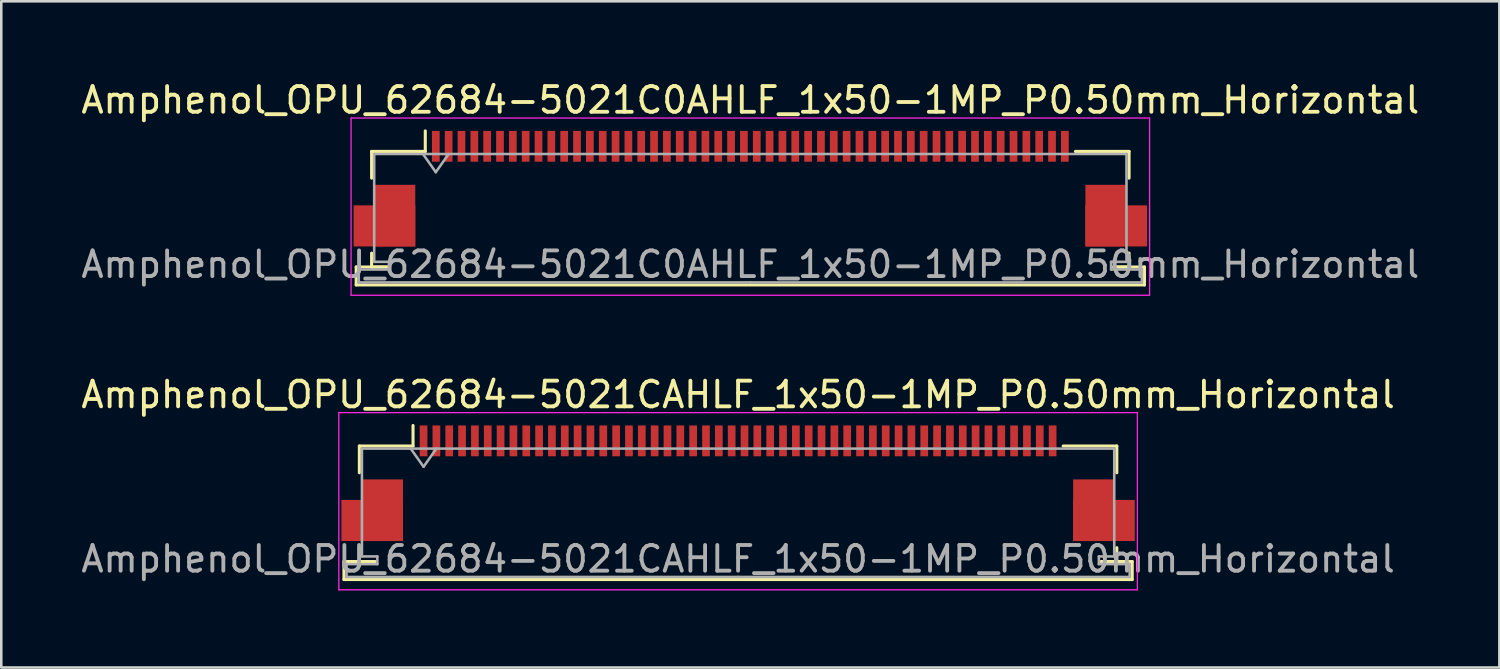
<source format=kicad_pcb>
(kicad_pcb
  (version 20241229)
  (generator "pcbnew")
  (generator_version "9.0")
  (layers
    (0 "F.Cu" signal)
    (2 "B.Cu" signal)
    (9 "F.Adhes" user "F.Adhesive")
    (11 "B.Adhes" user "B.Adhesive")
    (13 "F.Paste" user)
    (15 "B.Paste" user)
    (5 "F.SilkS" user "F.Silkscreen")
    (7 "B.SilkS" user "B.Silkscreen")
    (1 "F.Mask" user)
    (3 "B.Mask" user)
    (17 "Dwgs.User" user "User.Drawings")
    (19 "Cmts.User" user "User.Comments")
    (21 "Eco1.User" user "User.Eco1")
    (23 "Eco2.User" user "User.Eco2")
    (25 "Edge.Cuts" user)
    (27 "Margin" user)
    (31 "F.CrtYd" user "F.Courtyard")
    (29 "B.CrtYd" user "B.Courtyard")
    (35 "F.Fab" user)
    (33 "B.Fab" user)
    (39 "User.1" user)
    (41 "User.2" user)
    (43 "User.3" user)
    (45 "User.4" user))
  (footprint "Amphenol_OPU_62684-5021C0AHLF_1x50-1MP_P0.50mm_Horizontal"
    (layer "F.Cu")
    (at 26.173 4.298)
    (property "Reference" "Amphenol_OPU_62684-5021C0AHLF_1x50-1MP_P0.50mm_Horizontal" (at 0 -3.45 0) (layer "F.SilkS") (effects (font (size 1 1) (thickness 0.15))))
    (attr smd)
    (fp_line (start -15.35 3.05) (end -15.35 3.75) (stroke (width 0.12) (type solid)) (layer "F.SilkS"))
    (fp_line (start -15.35 3.75) (end 15.35 3.75) (stroke (width 0.12) (type solid)) (layer "F.SilkS"))
    (fp_line (start -14.75 -1.45) (end -14.75 -0.41) (stroke (width 0.12) (type solid)) (layer "F.SilkS"))
    (fp_line (start -14.75 2.51) (end -14.75 3.05) (stroke (width 0.12) (type solid)) (layer "F.SilkS"))
    (fp_line (start -14.75 3.05) (end -14.15 3.05) (stroke (width 0.12) (type solid)) (layer "F.SilkS"))
    (fp_line (start -14.15 3.05) (end -15.35 3.05) (stroke (width 0.12) (type solid)) (layer "F.SilkS"))
    (fp_line (start -12.66 -1.45) (end -14.75 -1.45) (stroke (width 0.12) (type solid)) (layer "F.SilkS"))
    (fp_line (start -12.66 -1.45) (end -12.66 -2.25) (stroke (width 0.12) (type solid)) (layer "F.SilkS"))
    (fp_line (start 12.66 -1.45) (end 14.75 -1.45) (stroke (width 0.12) (type solid)) (layer "F.SilkS"))
    (fp_line (start 14.15 3.05) (end 14.75 3.05) (stroke (width 0.12) (type solid)) (layer "F.SilkS"))
    (fp_line (start 14.75 -1.45) (end 14.75 -0.41) (stroke (width 0.12) (type solid)) (layer "F.SilkS"))
    (fp_line (start 14.75 3.05) (end 14.75 2.51) (stroke (width 0.12) (type solid)) (layer "F.SilkS"))
    (fp_line (start 15.35 3.05) (end 14.15 3.05) (stroke (width 0.12) (type solid)) (layer "F.SilkS"))
    (fp_line (start 15.35 3.75) (end 15.35 3.05) (stroke (width 0.12) (type solid)) (layer "F.SilkS"))
    (fp_line (start -15.55 -2.75) (end -15.55 4.15) (stroke (width 0.05) (type solid)) (layer "F.CrtYd"))
    (fp_line (start -15.55 4.15) (end 15.55 4.15) (stroke (width 0.05) (type solid)) (layer "F.CrtYd"))
    (fp_line (start 15.55 -2.75) (end -15.55 -2.75) (stroke (width 0.05) (type solid)) (layer "F.CrtYd"))
    (fp_line (start 15.55 4.15) (end 15.55 -2.75) (stroke (width 0.05) (type solid)) (layer "F.CrtYd"))
    (fp_line (start -15.25 3.15) (end -15.25 3.65) (stroke (width 0.1) (type solid)) (layer "F.Fab"))
    (fp_line (start -15.25 3.65) (end 0 3.65) (stroke (width 0.1) (type solid)) (layer "F.Fab"))
    (fp_line (start -14.65 -1.35) (end -14.65 2.85) (stroke (width 0.1) (type solid)) (layer "F.Fab"))
    (fp_line (start -14.65 2.85) (end -14.05 2.85) (stroke (width 0.1) (type solid)) (layer "F.Fab"))
    (fp_line (start -14.05 2.85) (end -14.05 3.15) (stroke (width 0.1) (type solid)) (layer "F.Fab"))
    (fp_line (start -14.05 3.15) (end -15.25 3.15) (stroke (width 0.1) (type solid)) (layer "F.Fab"))
    (fp_line (start -12.75 -1.35) (end -12.25 -0.643) (stroke (width 0.1) (type solid)) (layer "F.Fab"))
    (fp_line (start -12.25 -0.643) (end -11.75 -1.35) (stroke (width 0.1) (type solid)) (layer "F.Fab"))
    (fp_line (start 0 -1.35) (end -14.65 -1.35) (stroke (width 0.1) (type solid)) (layer "F.Fab"))
    (fp_line (start 0 -1.35) (end 14.65 -1.35) (stroke (width 0.1) (type solid)) (layer "F.Fab"))
    (fp_line (start 14.05 2.85) (end 14.05 3.15) (stroke (width 0.1) (type solid)) (layer "F.Fab"))
    (fp_line (start 14.05 3.15) (end 15.25 3.15) (stroke (width 0.1) (type solid)) (layer "F.Fab"))
    (fp_line (start 14.65 -1.35) (end 14.65 2.85) (stroke (width 0.1) (type solid)) (layer "F.Fab"))
    (fp_line (start 14.65 2.85) (end 14.05 2.85) (stroke (width 0.1) (type solid)) (layer "F.Fab"))
    (fp_line (start 15.25 3.15) (end 15.25 3.65) (stroke (width 0.1) (type solid)) (layer "F.Fab"))
    (fp_line (start 15.25 3.65) (end 0 3.65) (stroke (width 0.1) (type solid)) (layer "F.Fab"))
    (fp_text user "${REFERENCE}" (at 0 2.95 0) (layer "F.Fab") (effects (font (size 1 1) (thickness 0.15))))
    (pad "1" smd rect (at -12.25 -1.65) (size 0.3 1.2) (layers "F.Cu" "F.Mask" "F.Paste"))
    (pad "2" smd rect (at -11.75 -1.65) (size 0.3 1.2) (layers "F.Cu" "F.Mask" "F.Paste"))
    (pad "3" smd rect (at -11.25 -1.65) (size 0.3 1.2) (layers "F.Cu" "F.Mask" "F.Paste"))
    (pad "4" smd rect (at -10.75 -1.65) (size 0.3 1.2) (layers "F.Cu" "F.Mask" "F.Paste"))
    (pad "5" smd rect (at -10.25 -1.65) (size 0.3 1.2) (layers "F.Cu" "F.Mask" "F.Paste"))
    (pad "6" smd rect (at -9.75 -1.65) (size 0.3 1.2) (layers "F.Cu" "F.Mask" "F.Paste"))
    (pad "7" smd rect (at -9.25 -1.65) (size 0.3 1.2) (layers "F.Cu" "F.Mask" "F.Paste"))
    (pad "8" smd rect (at -8.75 -1.65) (size 0.3 1.2) (layers "F.Cu" "F.Mask" "F.Paste"))
    (pad "9" smd rect (at -8.25 -1.65) (size 0.3 1.2) (layers "F.Cu" "F.Mask" "F.Paste"))
    (pad "10" smd rect (at -7.75 -1.65) (size 0.3 1.2) (layers "F.Cu" "F.Mask" "F.Paste"))
    (pad "11" smd rect (at -7.25 -1.65) (size 0.3 1.2) (layers "F.Cu" "F.Mask" "F.Paste"))
    (pad "12" smd rect (at -6.75 -1.65) (size 0.3 1.2) (layers "F.Cu" "F.Mask" "F.Paste"))
    (pad "13" smd rect (at -6.25 -1.65) (size 0.3 1.2) (layers "F.Cu" "F.Mask" "F.Paste"))
    (pad "14" smd rect (at -5.75 -1.65) (size 0.3 1.2) (layers "F.Cu" "F.Mask" "F.Paste"))
    (pad "15" smd rect (at -5.25 -1.65) (size 0.3 1.2) (layers "F.Cu" "F.Mask" "F.Paste"))
    (pad "16" smd rect (at -4.75 -1.65) (size 0.3 1.2) (layers "F.Cu" "F.Mask" "F.Paste"))
    (pad "17" smd rect (at -4.25 -1.65) (size 0.3 1.2) (layers "F.Cu" "F.Mask" "F.Paste"))
    (pad "18" smd rect (at -3.75 -1.65) (size 0.3 1.2) (layers "F.Cu" "F.Mask" "F.Paste"))
    (pad "19" smd rect (at -3.25 -1.65) (size 0.3 1.2) (layers "F.Cu" "F.Mask" "F.Paste"))
    (pad "20" smd rect (at -2.75 -1.65) (size 0.3 1.2) (layers "F.Cu" "F.Mask" "F.Paste"))
    (pad "21" smd rect (at -2.25 -1.65) (size 0.3 1.2) (layers "F.Cu" "F.Mask" "F.Paste"))
    (pad "22" smd rect (at -1.75 -1.65) (size 0.3 1.2) (layers "F.Cu" "F.Mask" "F.Paste"))
    (pad "23" smd rect (at -1.25 -1.65) (size 0.3 1.2) (layers "F.Cu" "F.Mask" "F.Paste"))
    (pad "24" smd rect (at -0.75 -1.65) (size 0.3 1.2) (layers "F.Cu" "F.Mask" "F.Paste"))
    (pad "25" smd rect (at -0.25 -1.65) (size 0.3 1.2) (layers "F.Cu" "F.Mask" "F.Paste"))
    (pad "26" smd rect (at 0.25 -1.65) (size 0.3 1.2) (layers "F.Cu" "F.Mask" "F.Paste"))
    (pad "27" smd rect (at 0.75 -1.65) (size 0.3 1.2) (layers "F.Cu" "F.Mask" "F.Paste"))
    (pad "28" smd rect (at 1.25 -1.65) (size 0.3 1.2) (layers "F.Cu" "F.Mask" "F.Paste"))
    (pad "29" smd rect (at 1.75 -1.65) (size 0.3 1.2) (layers "F.Cu" "F.Mask" "F.Paste"))
    (pad "30" smd rect (at 2.25 -1.65) (size 0.3 1.2) (layers "F.Cu" "F.Mask" "F.Paste"))
    (pad "31" smd rect (at 2.75 -1.65) (size 0.3 1.2) (layers "F.Cu" "F.Mask" "F.Paste"))
    (pad "32" smd rect (at 3.25 -1.65) (size 0.3 1.2) (layers "F.Cu" "F.Mask" "F.Paste"))
    (pad "33" smd rect (at 3.75 -1.65) (size 0.3 1.2) (layers "F.Cu" "F.Mask" "F.Paste"))
    (pad "34" smd rect (at 4.25 -1.65) (size 0.3 1.2) (layers "F.Cu" "F.Mask" "F.Paste"))
    (pad "35" smd rect (at 4.75 -1.65) (size 0.3 1.2) (layers "F.Cu" "F.Mask" "F.Paste"))
    (pad "36" smd rect (at 5.25 -1.65) (size 0.3 1.2) (layers "F.Cu" "F.Mask" "F.Paste"))
    (pad "37" smd rect (at 5.75 -1.65) (size 0.3 1.2) (layers "F.Cu" "F.Mask" "F.Paste"))
    (pad "38" smd rect (at 6.25 -1.65) (size 0.3 1.2) (layers "F.Cu" "F.Mask" "F.Paste"))
    (pad "39" smd rect (at 6.75 -1.65) (size 0.3 1.2) (layers "F.Cu" "F.Mask" "F.Paste"))
    (pad "40" smd rect (at 7.25 -1.65) (size 0.3 1.2) (layers "F.Cu" "F.Mask" "F.Paste"))
    (pad "41" smd rect (at 7.75 -1.65) (size 0.3 1.2) (layers "F.Cu" "F.Mask" "F.Paste"))
    (pad "42" smd rect (at 8.25 -1.65) (size 0.3 1.2) (layers "F.Cu" "F.Mask" "F.Paste"))
    (pad "43" smd rect (at 8.75 -1.65) (size 0.3 1.2) (layers "F.Cu" "F.Mask" "F.Paste"))
    (pad "44" smd rect (at 9.25 -1.65) (size 0.3 1.2) (layers "F.Cu" "F.Mask" "F.Paste"))
    (pad "45" smd rect (at 9.75 -1.65) (size 0.3 1.2) (layers "F.Cu" "F.Mask" "F.Paste"))
    (pad "46" smd rect (at 10.25 -1.65) (size 0.3 1.2) (layers "F.Cu" "F.Mask" "F.Paste"))
    (pad "47" smd rect (at 10.75 -1.65) (size 0.3 1.2) (layers "F.Cu" "F.Mask" "F.Paste"))
    (pad "48" smd rect (at 11.25 -1.65) (size 0.3 1.2) (layers "F.Cu" "F.Mask" "F.Paste"))
    (pad "49" smd rect (at 11.75 -1.65) (size 0.3 1.2) (layers "F.Cu" "F.Mask" "F.Paste"))
    (pad "50" smd rect (at 12.25 -1.65) (size 0.3 1.2) (layers "F.Cu" "F.Mask" "F.Paste"))
    (pad "MP" smd rect (at -14.25 1.45) (size 2.4 1.6) (layers "F.Cu" "F.Mask" "F.Paste"))
    (pad "MP" smd rect (at -13.85 1.05) (size 1.6 2.4) (layers "F.Cu" "F.Mask" "F.Paste"))
    (pad "MP" smd rect (at 13.85 1.05) (size 1.6 2.4) (layers "F.Cu" "F.Mask" "F.Paste"))
    (pad "MP" smd rect (at 14.25 1.45) (size 2.4 1.6) (layers "F.Cu" "F.Mask" "F.Paste")))
  (footprint "Amphenol_OPU_62684-5021CAHLF_1x50-1MP_P0.50mm_Horizontal"
    (layer "F.Cu")
    (at 25.696 15.771)
    (property "Reference" "Amphenol_OPU_62684-5021CAHLF_1x50-1MP_P0.50mm_Horizontal" (at 0 -3.45 0) (layer "F.SilkS") (effects (font (size 1 1) (thickness 0.15))))
    (attr smd)
    (fp_line (start -15.35 3.05) (end -15.35 3.75) (stroke (width 0.12) (type solid)) (layer "F.SilkS"))
    (fp_line (start -15.35 3.75) (end 15.35 3.75) (stroke (width 0.12) (type solid)) (layer "F.SilkS"))
    (fp_line (start -14.75 -1.45) (end -14.75 -0.41) (stroke (width 0.12) (type solid)) (layer "F.SilkS"))
    (fp_line (start -14.75 2.51) (end -14.75 3.05) (stroke (width 0.12) (type solid)) (layer "F.SilkS"))
    (fp_line (start -14.75 3.05) (end -14.15 3.05) (stroke (width 0.12) (type solid)) (layer "F.SilkS"))
    (fp_line (start -14.15 3.05) (end -15.35 3.05) (stroke (width 0.12) (type solid)) (layer "F.SilkS"))
    (fp_line (start -12.66 -1.45) (end -14.75 -1.45) (stroke (width 0.12) (type solid)) (layer "F.SilkS"))
    (fp_line (start -12.66 -1.45) (end -12.66 -2.25) (stroke (width 0.12) (type solid)) (layer "F.SilkS"))
    (fp_line (start 12.66 -1.45) (end 14.75 -1.45) (stroke (width 0.12) (type solid)) (layer "F.SilkS"))
    (fp_line (start 14.15 3.05) (end 14.75 3.05) (stroke (width 0.12) (type solid)) (layer "F.SilkS"))
    (fp_line (start 14.75 -1.45) (end 14.75 -0.41) (stroke (width 0.12) (type solid)) (layer "F.SilkS"))
    (fp_line (start 14.75 3.05) (end 14.75 2.51) (stroke (width 0.12) (type solid)) (layer "F.SilkS"))
    (fp_line (start 15.35 3.05) (end 14.15 3.05) (stroke (width 0.12) (type solid)) (layer "F.SilkS"))
    (fp_line (start 15.35 3.75) (end 15.35 3.05) (stroke (width 0.12) (type solid)) (layer "F.SilkS"))
    (fp_line (start -15.55 -2.75) (end -15.55 4.15) (stroke (width 0.05) (type solid)) (layer "F.CrtYd"))
    (fp_line (start -15.55 4.15) (end 15.55 4.15) (stroke (width 0.05) (type solid)) (layer "F.CrtYd"))
    (fp_line (start 15.55 -2.75) (end -15.55 -2.75) (stroke (width 0.05) (type solid)) (layer "F.CrtYd"))
    (fp_line (start 15.55 4.15) (end 15.55 -2.75) (stroke (width 0.05) (type solid)) (layer "F.CrtYd"))
    (fp_line (start -15.25 3.15) (end -15.25 3.65) (stroke (width 0.1) (type solid)) (layer "F.Fab"))
    (fp_line (start -15.25 3.65) (end 0 3.65) (stroke (width 0.1) (type solid)) (layer "F.Fab"))
    (fp_line (start -14.65 -1.35) (end -14.65 2.85) (stroke (width 0.1) (type solid)) (layer "F.Fab"))
    (fp_line (start -14.65 2.85) (end -14.05 2.85) (stroke (width 0.1) (type solid)) (layer "F.Fab"))
    (fp_line (start -14.05 2.85) (end -14.05 3.15) (stroke (width 0.1) (type solid)) (layer "F.Fab"))
    (fp_line (start -14.05 3.15) (end -15.25 3.15) (stroke (width 0.1) (type solid)) (layer "F.Fab"))
    (fp_line (start -12.75 -1.35) (end -12.25 -0.643) (stroke (width 0.1) (type solid)) (layer "F.Fab"))
    (fp_line (start -12.25 -0.643) (end -11.75 -1.35) (stroke (width 0.1) (type solid)) (layer "F.Fab"))
    (fp_line (start 0 -1.35) (end -14.65 -1.35) (stroke (width 0.1) (type solid)) (layer "F.Fab"))
    (fp_line (start 0 -1.35) (end 14.65 -1.35) (stroke (width 0.1) (type solid)) (layer "F.Fab"))
    (fp_line (start 14.05 2.85) (end 14.05 3.15) (stroke (width 0.1) (type solid)) (layer "F.Fab"))
    (fp_line (start 14.05 3.15) (end 15.25 3.15) (stroke (width 0.1) (type solid)) (layer "F.Fab"))
    (fp_line (start 14.65 -1.35) (end 14.65 2.85) (stroke (width 0.1) (type solid)) (layer "F.Fab"))
    (fp_line (start 14.65 2.85) (end 14.05 2.85) (stroke (width 0.1) (type solid)) (layer "F.Fab"))
    (fp_line (start 15.25 3.15) (end 15.25 3.65) (stroke (width 0.1) (type solid)) (layer "F.Fab"))
    (fp_line (start 15.25 3.65) (end 0 3.65) (stroke (width 0.1) (type solid)) (layer "F.Fab"))
    (fp_text user "${REFERENCE}" (at 0 2.95 0) (layer "F.Fab") (effects (font (size 1 1) (thickness 0.15))))
    (pad "1" smd rect (at -12.25 -1.65) (size 0.3 1.2) (layers "F.Cu" "F.Mask" "F.Paste"))
    (pad "2" smd rect (at -11.75 -1.65) (size 0.3 1.2) (layers "F.Cu" "F.Mask" "F.Paste"))
    (pad "3" smd rect (at -11.25 -1.65) (size 0.3 1.2) (layers "F.Cu" "F.Mask" "F.Paste"))
    (pad "4" smd rect (at -10.75 -1.65) (size 0.3 1.2) (layers "F.Cu" "F.Mask" "F.Paste"))
    (pad "5" smd rect (at -10.25 -1.65) (size 0.3 1.2) (layers "F.Cu" "F.Mask" "F.Paste"))
    (pad "6" smd rect (at -9.75 -1.65) (size 0.3 1.2) (layers "F.Cu" "F.Mask" "F.Paste"))
    (pad "7" smd rect (at -9.25 -1.65) (size 0.3 1.2) (layers "F.Cu" "F.Mask" "F.Paste"))
    (pad "8" smd rect (at -8.75 -1.65) (size 0.3 1.2) (layers "F.Cu" "F.Mask" "F.Paste"))
    (pad "9" smd rect (at -8.25 -1.65) (size 0.3 1.2) (layers "F.Cu" "F.Mask" "F.Paste"))
    (pad "10" smd rect (at -7.75 -1.65) (size 0.3 1.2) (layers "F.Cu" "F.Mask" "F.Paste"))
    (pad "11" smd rect (at -7.25 -1.65) (size 0.3 1.2) (layers "F.Cu" "F.Mask" "F.Paste"))
    (pad "12" smd rect (at -6.75 -1.65) (size 0.3 1.2) (layers "F.Cu" "F.Mask" "F.Paste"))
    (pad "13" smd rect (at -6.25 -1.65) (size 0.3 1.2) (layers "F.Cu" "F.Mask" "F.Paste"))
    (pad "14" smd rect (at -5.75 -1.65) (size 0.3 1.2) (layers "F.Cu" "F.Mask" "F.Paste"))
    (pad "15" smd rect (at -5.25 -1.65) (size 0.3 1.2) (layers "F.Cu" "F.Mask" "F.Paste"))
    (pad "16" smd rect (at -4.75 -1.65) (size 0.3 1.2) (layers "F.Cu" "F.Mask" "F.Paste"))
    (pad "17" smd rect (at -4.25 -1.65) (size 0.3 1.2) (layers "F.Cu" "F.Mask" "F.Paste"))
    (pad "18" smd rect (at -3.75 -1.65) (size 0.3 1.2) (layers "F.Cu" "F.Mask" "F.Paste"))
    (pad "19" smd rect (at -3.25 -1.65) (size 0.3 1.2) (layers "F.Cu" "F.Mask" "F.Paste"))
    (pad "20" smd rect (at -2.75 -1.65) (size 0.3 1.2) (layers "F.Cu" "F.Mask" "F.Paste"))
    (pad "21" smd rect (at -2.25 -1.65) (size 0.3 1.2) (layers "F.Cu" "F.Mask" "F.Paste"))
    (pad "22" smd rect (at -1.75 -1.65) (size 0.3 1.2) (layers "F.Cu" "F.Mask" "F.Paste"))
    (pad "23" smd rect (at -1.25 -1.65) (size 0.3 1.2) (layers "F.Cu" "F.Mask" "F.Paste"))
    (pad "24" smd rect (at -0.75 -1.65) (size 0.3 1.2) (layers "F.Cu" "F.Mask" "F.Paste"))
    (pad "25" smd rect (at -0.25 -1.65) (size 0.3 1.2) (layers "F.Cu" "F.Mask" "F.Paste"))
    (pad "26" smd rect (at 0.25 -1.65) (size 0.3 1.2) (layers "F.Cu" "F.Mask" "F.Paste"))
    (pad "27" smd rect (at 0.75 -1.65) (size 0.3 1.2) (layers "F.Cu" "F.Mask" "F.Paste"))
    (pad "28" smd rect (at 1.25 -1.65) (size 0.3 1.2) (layers "F.Cu" "F.Mask" "F.Paste"))
    (pad "29" smd rect (at 1.75 -1.65) (size 0.3 1.2) (layers "F.Cu" "F.Mask" "F.Paste"))
    (pad "30" smd rect (at 2.25 -1.65) (size 0.3 1.2) (layers "F.Cu" "F.Mask" "F.Paste"))
    (pad "31" smd rect (at 2.75 -1.65) (size 0.3 1.2) (layers "F.Cu" "F.Mask" "F.Paste"))
    (pad "32" smd rect (at 3.25 -1.65) (size 0.3 1.2) (layers "F.Cu" "F.Mask" "F.Paste"))
    (pad "33" smd rect (at 3.75 -1.65) (size 0.3 1.2) (layers "F.Cu" "F.Mask" "F.Paste"))
    (pad "34" smd rect (at 4.25 -1.65) (size 0.3 1.2) (layers "F.Cu" "F.Mask" "F.Paste"))
    (pad "35" smd rect (at 4.75 -1.65) (size 0.3 1.2) (layers "F.Cu" "F.Mask" "F.Paste"))
    (pad "36" smd rect (at 5.25 -1.65) (size 0.3 1.2) (layers "F.Cu" "F.Mask" "F.Paste"))
    (pad "37" smd rect (at 5.75 -1.65) (size 0.3 1.2) (layers "F.Cu" "F.Mask" "F.Paste"))
    (pad "38" smd rect (at 6.25 -1.65) (size 0.3 1.2) (layers "F.Cu" "F.Mask" "F.Paste"))
    (pad "39" smd rect (at 6.75 -1.65) (size 0.3 1.2) (layers "F.Cu" "F.Mask" "F.Paste"))
    (pad "40" smd rect (at 7.25 -1.65) (size 0.3 1.2) (layers "F.Cu" "F.Mask" "F.Paste"))
    (pad "41" smd rect (at 7.75 -1.65) (size 0.3 1.2) (layers "F.Cu" "F.Mask" "F.Paste"))
    (pad "42" smd rect (at 8.25 -1.65) (size 0.3 1.2) (layers "F.Cu" "F.Mask" "F.Paste"))
    (pad "43" smd rect (at 8.75 -1.65) (size 0.3 1.2) (layers "F.Cu" "F.Mask" "F.Paste"))
    (pad "44" smd rect (at 9.25 -1.65) (size 0.3 1.2) (layers "F.Cu" "F.Mask" "F.Paste"))
    (pad "45" smd rect (at 9.75 -1.65) (size 0.3 1.2) (layers "F.Cu" "F.Mask" "F.Paste"))
    (pad "46" smd rect (at 10.25 -1.65) (size 0.3 1.2) (layers "F.Cu" "F.Mask" "F.Paste"))
    (pad "47" smd rect (at 10.75 -1.65) (size 0.3 1.2) (layers "F.Cu" "F.Mask" "F.Paste"))
    (pad "48" smd rect (at 11.25 -1.65) (size 0.3 1.2) (layers "F.Cu" "F.Mask" "F.Paste"))
    (pad "49" smd rect (at 11.75 -1.65) (size 0.3 1.2) (layers "F.Cu" "F.Mask" "F.Paste"))
    (pad "50" smd rect (at 12.25 -1.65) (size 0.3 1.2) (layers "F.Cu" "F.Mask" "F.Paste"))
    (pad "MP" smd rect (at -14.25 1.45) (size 2.4 1.6) (layers "F.Cu" "F.Mask" "F.Paste"))
    (pad "MP" smd rect (at -13.85 1.05) (size 1.6 2.4) (layers "F.Cu" "F.Mask" "F.Paste"))
    (pad "MP" smd rect (at 13.85 1.05) (size 1.6 2.4) (layers "F.Cu" "F.Mask" "F.Paste"))
    (pad "MP" smd rect (at 14.25 1.45) (size 2.4 1.6) (layers "F.Cu" "F.Mask" "F.Paste")))
  (gr_rect
    (start -3 -3)
    (end 55.345 22.947)
    (stroke (width 0.1) (type default))
    (fill no)
    (layer "Edge.Cuts")))
</source>
